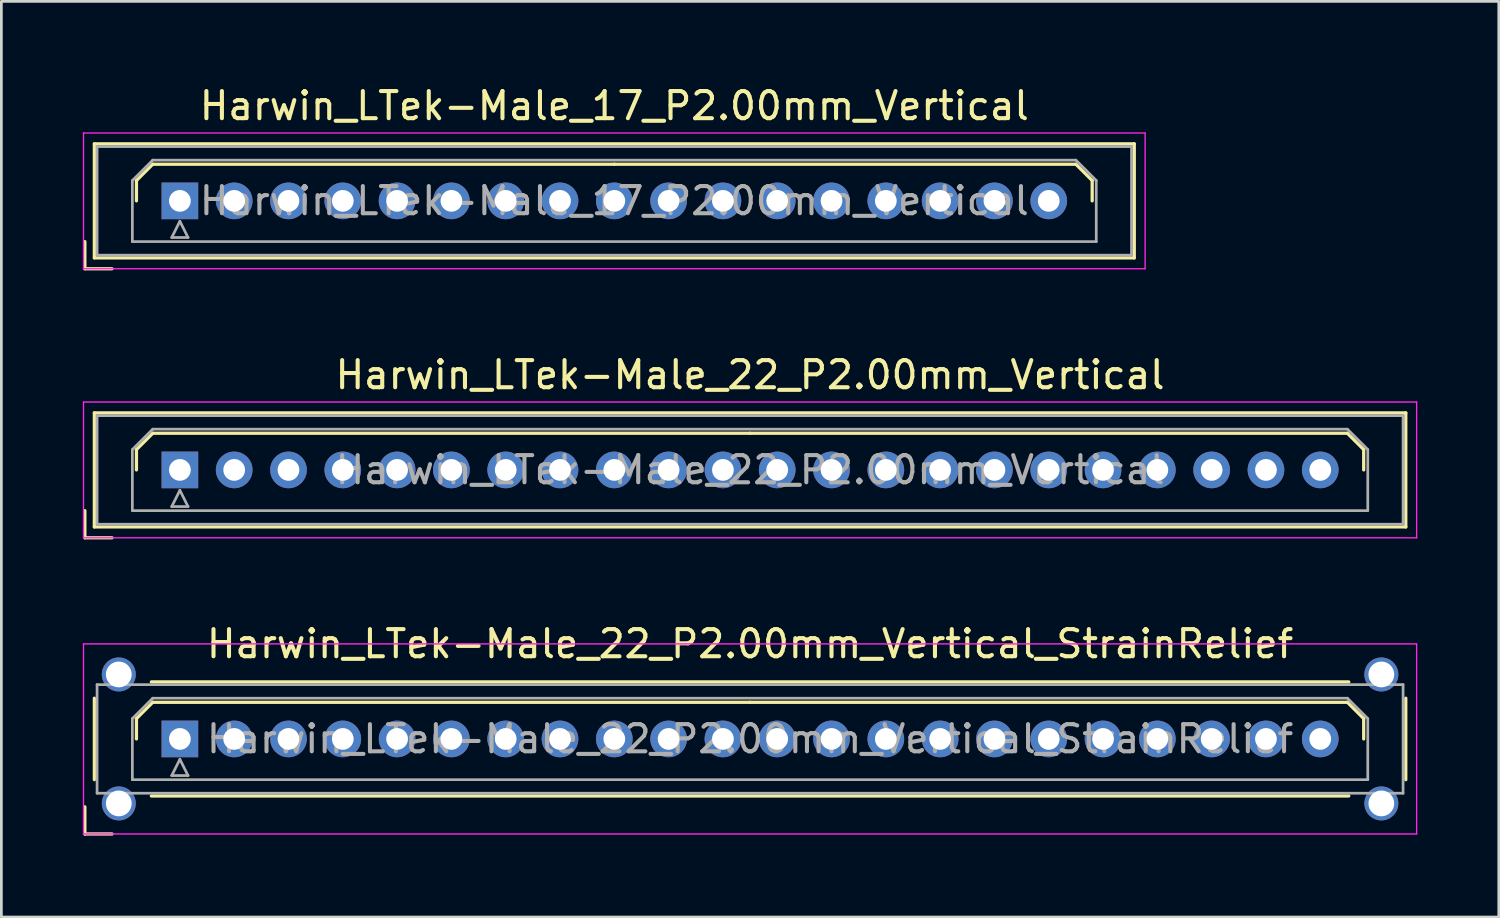
<source format=kicad_pcb>
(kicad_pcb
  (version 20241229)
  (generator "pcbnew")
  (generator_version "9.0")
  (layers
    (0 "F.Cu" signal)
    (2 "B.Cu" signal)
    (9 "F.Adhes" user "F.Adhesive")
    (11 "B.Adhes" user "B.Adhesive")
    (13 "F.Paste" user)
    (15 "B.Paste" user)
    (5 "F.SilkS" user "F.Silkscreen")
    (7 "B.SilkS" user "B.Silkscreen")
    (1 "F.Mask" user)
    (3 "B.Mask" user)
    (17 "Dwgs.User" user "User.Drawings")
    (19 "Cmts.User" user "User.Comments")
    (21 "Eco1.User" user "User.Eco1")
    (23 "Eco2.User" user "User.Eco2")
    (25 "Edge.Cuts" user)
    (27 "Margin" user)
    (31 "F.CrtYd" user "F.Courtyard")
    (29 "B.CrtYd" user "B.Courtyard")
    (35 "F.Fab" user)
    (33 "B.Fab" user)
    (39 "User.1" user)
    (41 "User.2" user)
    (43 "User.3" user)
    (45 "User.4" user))
  (footprint "Harwin_LTek-Male_22_P2.00mm_Vertical"
    (layer "F.Cu")
    (at 3.575 14.257)
    (property "Reference" "Harwin_LTek-Male_22_P2.00mm_Vertical" (at 21 -3.5 0) (layer "F.SilkS") (effects (font (size 1 1) (thickness 0.15))))
    (attr through_hole)
    (fp_line (start -3.5 1.5) (end -3.5 2.5) (stroke (width 0.12) (type solid)) (layer "F.SilkS"))
    (fp_line (start -3.5 2.5) (end -2.5 2.5) (stroke (width 0.12) (type solid)) (layer "F.SilkS"))
    (fp_line (start -3.15 -2.1) (end -3.15 2.1) (stroke (width 0.12) (type solid)) (layer "F.SilkS"))
    (fp_line (start -3.15 2.1) (end 45.15 2.1) (stroke (width 0.12) (type solid)) (layer "F.SilkS"))
    (fp_line (start -1.6 -0.75) (end -1 -1.35) (stroke (width 0.12) (type solid)) (layer "F.SilkS"))
    (fp_line (start -1.6 0) (end -1.6 -0.75) (stroke (width 0.12) (type solid)) (layer "F.SilkS"))
    (fp_line (start -1 -1.35) (end 21 -1.35) (stroke (width 0.12) (type solid)) (layer "F.SilkS"))
    (fp_line (start 43 -1.35) (end 21 -1.35) (stroke (width 0.12) (type solid)) (layer "F.SilkS"))
    (fp_line (start 43.6 -0.75) (end 43 -1.35) (stroke (width 0.12) (type solid)) (layer "F.SilkS"))
    (fp_line (start 43.6 0) (end 43.6 -0.75) (stroke (width 0.12) (type solid)) (layer "F.SilkS"))
    (fp_line (start 45.15 -2.1) (end -3.15 -2.1) (stroke (width 0.12) (type solid)) (layer "F.SilkS"))
    (fp_line (start 45.15 2.1) (end 45.15 -2.1) (stroke (width 0.12) (type solid)) (layer "F.SilkS"))
    (fp_line (start -3.55 -2.5) (end -3.55 2.5) (stroke (width 0.05) (type solid)) (layer "F.CrtYd"))
    (fp_line (start -3.55 2.5) (end 45.55 2.5) (stroke (width 0.05) (type solid)) (layer "F.CrtYd"))
    (fp_line (start 45.55 -2.5) (end -3.55 -2.5) (stroke (width 0.05) (type solid)) (layer "F.CrtYd"))
    (fp_line (start 45.55 2.5) (end 45.55 -2.5) (stroke (width 0.05) (type solid)) (layer "F.CrtYd"))
    (fp_line (start -3.05 -2) (end -3.05 2) (stroke (width 0.1) (type solid)) (layer "F.Fab"))
    (fp_line (start -3.05 2) (end 45.05 2) (stroke (width 0.1) (type solid)) (layer "F.Fab"))
    (fp_line (start -1.75 -0.75) (end -1 -1.5) (stroke (width 0.1) (type solid)) (layer "F.Fab"))
    (fp_line (start -1.75 1.5) (end -1.75 -0.75) (stroke (width 0.1) (type solid)) (layer "F.Fab"))
    (fp_line (start -1 -1.5) (end 43 -1.5) (stroke (width 0.1) (type solid)) (layer "F.Fab"))
    (fp_line (start -0.3 1.35) (end 0.3 1.35) (stroke (width 0.1) (type solid)) (layer "F.Fab"))
    (fp_line (start 0 0.75) (end -0.3 1.35) (stroke (width 0.1) (type solid)) (layer "F.Fab"))
    (fp_line (start 0.3 1.35) (end 0 0.75) (stroke (width 0.1) (type solid)) (layer "F.Fab"))
    (fp_line (start 43 -1.5) (end 43.75 -0.75) (stroke (width 0.1) (type solid)) (layer "F.Fab"))
    (fp_line (start 43.75 -0.75) (end 43.75 1.5) (stroke (width 0.1) (type solid)) (layer "F.Fab"))
    (fp_line (start 43.75 1.5) (end -1.75 1.5) (stroke (width 0.1) (type solid)) (layer "F.Fab"))
    (fp_line (start 45.05 -2) (end -3.05 -2) (stroke (width 0.1) (type solid)) (layer "F.Fab"))
    (fp_line (start 45.05 2) (end 45.05 -2) (stroke (width 0.1) (type solid)) (layer "F.Fab"))
    (fp_text user "${REFERENCE}" (at 21 0 0) (layer "F.Fab") (effects (font (size 1 1) (thickness 0.15))))
    (pad "1" thru_hole rect (at 0 0) (size 1.35 1.35) (drill 0.8) (layers "*.Cu" "*.Mask"))
    (pad "2" thru_hole circle (at 2 0) (size 1.35 1.35) (drill 0.8) (layers "*.Cu" "*.Mask"))
    (pad "3" thru_hole circle (at 4 0) (size 1.35 1.35) (drill 0.8) (layers "*.Cu" "*.Mask"))
    (pad "4" thru_hole circle (at 6 0) (size 1.35 1.35) (drill 0.8) (layers "*.Cu" "*.Mask"))
    (pad "5" thru_hole circle (at 8 0) (size 1.35 1.35) (drill 0.8) (layers "*.Cu" "*.Mask"))
    (pad "6" thru_hole circle (at 10 0) (size 1.35 1.35) (drill 0.8) (layers "*.Cu" "*.Mask"))
    (pad "7" thru_hole circle (at 12 0) (size 1.35 1.35) (drill 0.8) (layers "*.Cu" "*.Mask"))
    (pad "8" thru_hole circle (at 14 0) (size 1.35 1.35) (drill 0.8) (layers "*.Cu" "*.Mask"))
    (pad "9" thru_hole circle (at 16 0) (size 1.35 1.35) (drill 0.8) (layers "*.Cu" "*.Mask"))
    (pad "10" thru_hole circle (at 18 0) (size 1.35 1.35) (drill 0.8) (layers "*.Cu" "*.Mask"))
    (pad "11" thru_hole circle (at 20 0) (size 1.35 1.35) (drill 0.8) (layers "*.Cu" "*.Mask"))
    (pad "12" thru_hole circle (at 22 0) (size 1.35 1.35) (drill 0.8) (layers "*.Cu" "*.Mask"))
    (pad "13" thru_hole circle (at 24 0) (size 1.35 1.35) (drill 0.8) (layers "*.Cu" "*.Mask"))
    (pad "14" thru_hole circle (at 26 0) (size 1.35 1.35) (drill 0.8) (layers "*.Cu" "*.Mask"))
    (pad "15" thru_hole circle (at 28 0) (size 1.35 1.35) (drill 0.8) (layers "*.Cu" "*.Mask"))
    (pad "16" thru_hole circle (at 30 0) (size 1.35 1.35) (drill 0.8) (layers "*.Cu" "*.Mask"))
    (pad "17" thru_hole circle (at 32 0) (size 1.35 1.35) (drill 0.8) (layers "*.Cu" "*.Mask"))
    (pad "18" thru_hole circle (at 34 0) (size 1.35 1.35) (drill 0.8) (layers "*.Cu" "*.Mask"))
    (pad "19" thru_hole circle (at 36 0) (size 1.35 1.35) (drill 0.8) (layers "*.Cu" "*.Mask"))
    (pad "20" thru_hole circle (at 38 0) (size 1.35 1.35) (drill 0.8) (layers "*.Cu" "*.Mask"))
    (pad "21" thru_hole circle (at 40 0) (size 1.35 1.35) (drill 0.8) (layers "*.Cu" "*.Mask"))
    (pad "22" thru_hole circle (at 42 0) (size 1.35 1.35) (drill 0.8) (layers "*.Cu" "*.Mask")))
  (footprint "Harwin_LTek-Male_17_P2.00mm_Vertical"
    (layer "F.Cu")
    (at 3.575 4.348)
    (property "Reference" "Harwin_LTek-Male_17_P2.00mm_Vertical" (at 16 -3.5 0) (layer "F.SilkS") (effects (font (size 1 1) (thickness 0.15))))
    (attr through_hole)
    (fp_line (start -3.5 1.5) (end -3.5 2.5) (stroke (width 0.12) (type solid)) (layer "F.SilkS"))
    (fp_line (start -3.5 2.5) (end -2.5 2.5) (stroke (width 0.12) (type solid)) (layer "F.SilkS"))
    (fp_line (start -3.15 -2.1) (end -3.15 2.1) (stroke (width 0.12) (type solid)) (layer "F.SilkS"))
    (fp_line (start -3.15 2.1) (end 35.15 2.1) (stroke (width 0.12) (type solid)) (layer "F.SilkS"))
    (fp_line (start -1.6 -0.75) (end -1 -1.35) (stroke (width 0.12) (type solid)) (layer "F.SilkS"))
    (fp_line (start -1.6 0) (end -1.6 -0.75) (stroke (width 0.12) (type solid)) (layer "F.SilkS"))
    (fp_line (start -1 -1.35) (end 16 -1.35) (stroke (width 0.12) (type solid)) (layer "F.SilkS"))
    (fp_line (start 33 -1.35) (end 16 -1.35) (stroke (width 0.12) (type solid)) (layer "F.SilkS"))
    (fp_line (start 33.6 -0.75) (end 33 -1.35) (stroke (width 0.12) (type solid)) (layer "F.SilkS"))
    (fp_line (start 33.6 0) (end 33.6 -0.75) (stroke (width 0.12) (type solid)) (layer "F.SilkS"))
    (fp_line (start 35.15 -2.1) (end -3.15 -2.1) (stroke (width 0.12) (type solid)) (layer "F.SilkS"))
    (fp_line (start 35.15 2.1) (end 35.15 -2.1) (stroke (width 0.12) (type solid)) (layer "F.SilkS"))
    (fp_line (start -3.55 -2.5) (end -3.55 2.5) (stroke (width 0.05) (type solid)) (layer "F.CrtYd"))
    (fp_line (start -3.55 2.5) (end 35.55 2.5) (stroke (width 0.05) (type solid)) (layer "F.CrtYd"))
    (fp_line (start 35.55 -2.5) (end -3.55 -2.5) (stroke (width 0.05) (type solid)) (layer "F.CrtYd"))
    (fp_line (start 35.55 2.5) (end 35.55 -2.5) (stroke (width 0.05) (type solid)) (layer "F.CrtYd"))
    (fp_line (start -3.05 -2) (end -3.05 2) (stroke (width 0.1) (type solid)) (layer "F.Fab"))
    (fp_line (start -3.05 2) (end 35.05 2) (stroke (width 0.1) (type solid)) (layer "F.Fab"))
    (fp_line (start -1.75 -0.75) (end -1 -1.5) (stroke (width 0.1) (type solid)) (layer "F.Fab"))
    (fp_line (start -1.75 1.5) (end -1.75 -0.75) (stroke (width 0.1) (type solid)) (layer "F.Fab"))
    (fp_line (start -1 -1.5) (end 33 -1.5) (stroke (width 0.1) (type solid)) (layer "F.Fab"))
    (fp_line (start -0.3 1.35) (end 0.3 1.35) (stroke (width 0.1) (type solid)) (layer "F.Fab"))
    (fp_line (start 0 0.75) (end -0.3 1.35) (stroke (width 0.1) (type solid)) (layer "F.Fab"))
    (fp_line (start 0.3 1.35) (end 0 0.75) (stroke (width 0.1) (type solid)) (layer "F.Fab"))
    (fp_line (start 33 -1.5) (end 33.75 -0.75) (stroke (width 0.1) (type solid)) (layer "F.Fab"))
    (fp_line (start 33.75 -0.75) (end 33.75 1.5) (stroke (width 0.1) (type solid)) (layer "F.Fab"))
    (fp_line (start 33.75 1.5) (end -1.75 1.5) (stroke (width 0.1) (type solid)) (layer "F.Fab"))
    (fp_line (start 35.05 -2) (end -3.05 -2) (stroke (width 0.1) (type solid)) (layer "F.Fab"))
    (fp_line (start 35.05 2) (end 35.05 -2) (stroke (width 0.1) (type solid)) (layer "F.Fab"))
    (fp_text user "${REFERENCE}" (at 16 0 0) (layer "F.Fab") (effects (font (size 1 1) (thickness 0.15))))
    (pad "1" thru_hole rect (at 0 0) (size 1.35 1.35) (drill 0.8) (layers "*.Cu" "*.Mask"))
    (pad "2" thru_hole circle (at 2 0) (size 1.35 1.35) (drill 0.8) (layers "*.Cu" "*.Mask"))
    (pad "3" thru_hole circle (at 4 0) (size 1.35 1.35) (drill 0.8) (layers "*.Cu" "*.Mask"))
    (pad "4" thru_hole circle (at 6 0) (size 1.35 1.35) (drill 0.8) (layers "*.Cu" "*.Mask"))
    (pad "5" thru_hole circle (at 8 0) (size 1.35 1.35) (drill 0.8) (layers "*.Cu" "*.Mask"))
    (pad "6" thru_hole circle (at 10 0) (size 1.35 1.35) (drill 0.8) (layers "*.Cu" "*.Mask"))
    (pad "7" thru_hole circle (at 12 0) (size 1.35 1.35) (drill 0.8) (layers "*.Cu" "*.Mask"))
    (pad "8" thru_hole circle (at 14 0) (size 1.35 1.35) (drill 0.8) (layers "*.Cu" "*.Mask"))
    (pad "9" thru_hole circle (at 16 0) (size 1.35 1.35) (drill 0.8) (layers "*.Cu" "*.Mask"))
    (pad "10" thru_hole circle (at 18 0) (size 1.35 1.35) (drill 0.8) (layers "*.Cu" "*.Mask"))
    (pad "11" thru_hole circle (at 20 0) (size 1.35 1.35) (drill 0.8) (layers "*.Cu" "*.Mask"))
    (pad "12" thru_hole circle (at 22 0) (size 1.35 1.35) (drill 0.8) (layers "*.Cu" "*.Mask"))
    (pad "13" thru_hole circle (at 24 0) (size 1.35 1.35) (drill 0.8) (layers "*.Cu" "*.Mask"))
    (pad "14" thru_hole circle (at 26 0) (size 1.35 1.35) (drill 0.8) (layers "*.Cu" "*.Mask"))
    (pad "15" thru_hole circle (at 28 0) (size 1.35 1.35) (drill 0.8) (layers "*.Cu" "*.Mask"))
    (pad "16" thru_hole circle (at 30 0) (size 1.35 1.35) (drill 0.8) (layers "*.Cu" "*.Mask"))
    (pad "17" thru_hole circle (at 32 0) (size 1.35 1.35) (drill 0.8) (layers "*.Cu" "*.Mask")))
  (footprint "Harwin_LTek-Male_22_P2.00mm_Vertical_StrainRelief"
    (layer "F.Cu")
    (at 3.575 24.165)
    (property "Reference" "Harwin_LTek-Male_22_P2.00mm_Vertical_StrainRelief" (at 21 -3.5 0) (layer "F.SilkS") (effects (font (size 1 1) (thickness 0.15))))
    (attr through_hole)
    (fp_line (start -3.5 2.5) (end -3.5 3.5) (stroke (width 0.12) (type solid)) (layer "F.SilkS"))
    (fp_line (start -3.5 3.5) (end -2.5 3.5) (stroke (width 0.12) (type solid)) (layer "F.SilkS"))
    (fp_line (start -3.15 -1.5) (end -3.15 1.5) (stroke (width 0.12) (type solid)) (layer "F.SilkS"))
    (fp_line (start -1.6 -0.75) (end -1 -1.35) (stroke (width 0.12) (type solid)) (layer "F.SilkS"))
    (fp_line (start -1.6 0) (end -1.6 -0.75) (stroke (width 0.12) (type solid)) (layer "F.SilkS"))
    (fp_line (start -1.05 -2.1) (end 43.05 -2.1) (stroke (width 0.12) (type solid)) (layer "F.SilkS"))
    (fp_line (start -1.05 2.1) (end 43.05 2.1) (stroke (width 0.12) (type solid)) (layer "F.SilkS"))
    (fp_line (start -1 -1.35) (end 21 -1.35) (stroke (width 0.12) (type solid)) (layer "F.SilkS"))
    (fp_line (start 43 -1.35) (end 21 -1.35) (stroke (width 0.12) (type solid)) (layer "F.SilkS"))
    (fp_line (start 43.6 -0.75) (end 43 -1.35) (stroke (width 0.12) (type solid)) (layer "F.SilkS"))
    (fp_line (start 43.6 0) (end 43.6 -0.75) (stroke (width 0.12) (type solid)) (layer "F.SilkS"))
    (fp_line (start 45.15 -1.5) (end 45.15 1.5) (stroke (width 0.12) (type solid)) (layer "F.SilkS"))
    (fp_line (start -3.55 -3.5) (end -3.55 3.5) (stroke (width 0.05) (type solid)) (layer "F.CrtYd"))
    (fp_line (start -3.55 3.5) (end 45.55 3.5) (stroke (width 0.05) (type solid)) (layer "F.CrtYd"))
    (fp_line (start 45.55 -3.5) (end -3.55 -3.5) (stroke (width 0.05) (type solid)) (layer "F.CrtYd"))
    (fp_line (start 45.55 3.5) (end 45.55 -3.5) (stroke (width 0.05) (type solid)) (layer "F.CrtYd"))
    (fp_line (start -3.05 -2) (end -3.05 2) (stroke (width 0.1) (type solid)) (layer "F.Fab"))
    (fp_line (start -3.05 2) (end 45.05 2) (stroke (width 0.1) (type solid)) (layer "F.Fab"))
    (fp_line (start -1.75 -0.75) (end -1 -1.5) (stroke (width 0.1) (type solid)) (layer "F.Fab"))
    (fp_line (start -1.75 1.5) (end -1.75 -0.75) (stroke (width 0.1) (type solid)) (layer "F.Fab"))
    (fp_line (start -1 -1.5) (end 43 -1.5) (stroke (width 0.1) (type solid)) (layer "F.Fab"))
    (fp_line (start -0.3 1.35) (end 0.3 1.35) (stroke (width 0.1) (type solid)) (layer "F.Fab"))
    (fp_line (start 0 0.75) (end -0.3 1.35) (stroke (width 0.1) (type solid)) (layer "F.Fab"))
    (fp_line (start 0.3 1.35) (end 0 0.75) (stroke (width 0.1) (type solid)) (layer "F.Fab"))
    (fp_line (start 43 -1.5) (end 43.75 -0.75) (stroke (width 0.1) (type solid)) (layer "F.Fab"))
    (fp_line (start 43.75 -0.75) (end 43.75 1.5) (stroke (width 0.1) (type solid)) (layer "F.Fab"))
    (fp_line (start 43.75 1.5) (end -1.75 1.5) (stroke (width 0.1) (type solid)) (layer "F.Fab"))
    (fp_line (start 45.05 -2) (end -3.05 -2) (stroke (width 0.1) (type solid)) (layer "F.Fab"))
    (fp_line (start 45.05 2) (end 45.05 -2) (stroke (width 0.1) (type solid)) (layer "F.Fab"))
    (fp_text user "${REFERENCE}" (at 21 0 0) (layer "F.Fab") (effects (font (size 1 1) (thickness 0.15))))
    (pad "" thru_hole circle (at -2.25 -2.375) (size 1.25 1.25) (drill 0.95) (layers "*.Cu" "*.Mask"))
    (pad "" thru_hole circle (at -2.25 2.375) (size 1.25 1.25) (drill 0.95) (layers "*.Cu" "*.Mask"))
    (pad "" thru_hole circle (at 44.25 -2.375) (size 1.25 1.25) (drill 0.95) (layers "*.Cu" "*.Mask"))
    (pad "" thru_hole circle (at 44.25 2.375) (size 1.25 1.25) (drill 0.95) (layers "*.Cu" "*.Mask"))
    (pad "1" thru_hole rect (at 0 0) (size 1.35 1.35) (drill 0.8) (layers "*.Cu" "*.Mask"))
    (pad "2" thru_hole circle (at 2 0) (size 1.35 1.35) (drill 0.8) (layers "*.Cu" "*.Mask"))
    (pad "3" thru_hole circle (at 4 0) (size 1.35 1.35) (drill 0.8) (layers "*.Cu" "*.Mask"))
    (pad "4" thru_hole circle (at 6 0) (size 1.35 1.35) (drill 0.8) (layers "*.Cu" "*.Mask"))
    (pad "5" thru_hole circle (at 8 0) (size 1.35 1.35) (drill 0.8) (layers "*.Cu" "*.Mask"))
    (pad "6" thru_hole circle (at 10 0) (size 1.35 1.35) (drill 0.8) (layers "*.Cu" "*.Mask"))
    (pad "7" thru_hole circle (at 12 0) (size 1.35 1.35) (drill 0.8) (layers "*.Cu" "*.Mask"))
    (pad "8" thru_hole circle (at 14 0) (size 1.35 1.35) (drill 0.8) (layers "*.Cu" "*.Mask"))
    (pad "9" thru_hole circle (at 16 0) (size 1.35 1.35) (drill 0.8) (layers "*.Cu" "*.Mask"))
    (pad "10" thru_hole circle (at 18 0) (size 1.35 1.35) (drill 0.8) (layers "*.Cu" "*.Mask"))
    (pad "11" thru_hole circle (at 20 0) (size 1.35 1.35) (drill 0.8) (layers "*.Cu" "*.Mask"))
    (pad "12" thru_hole circle (at 22 0) (size 1.35 1.35) (drill 0.8) (layers "*.Cu" "*.Mask"))
    (pad "13" thru_hole circle (at 24 0) (size 1.35 1.35) (drill 0.8) (layers "*.Cu" "*.Mask"))
    (pad "14" thru_hole circle (at 26 0) (size 1.35 1.35) (drill 0.8) (layers "*.Cu" "*.Mask"))
    (pad "15" thru_hole circle (at 28 0) (size 1.35 1.35) (drill 0.8) (layers "*.Cu" "*.Mask"))
    (pad "16" thru_hole circle (at 30 0) (size 1.35 1.35) (drill 0.8) (layers "*.Cu" "*.Mask"))
    (pad "17" thru_hole circle (at 32 0) (size 1.35 1.35) (drill 0.8) (layers "*.Cu" "*.Mask"))
    (pad "18" thru_hole circle (at 34 0) (size 1.35 1.35) (drill 0.8) (layers "*.Cu" "*.Mask"))
    (pad "19" thru_hole circle (at 36 0) (size 1.35 1.35) (drill 0.8) (layers "*.Cu" "*.Mask"))
    (pad "20" thru_hole circle (at 38 0) (size 1.35 1.35) (drill 0.8) (layers "*.Cu" "*.Mask"))
    (pad "21" thru_hole circle (at 40 0) (size 1.35 1.35) (drill 0.8) (layers "*.Cu" "*.Mask"))
    (pad "22" thru_hole circle (at 42 0) (size 1.35 1.35) (drill 0.8) (layers "*.Cu" "*.Mask")))
  (gr_rect
    (start -3 -3)
    (end 52.15 30.725)
    (stroke (width 0.1) (type default))
    (fill no)
    (layer "Edge.Cuts")))
</source>
